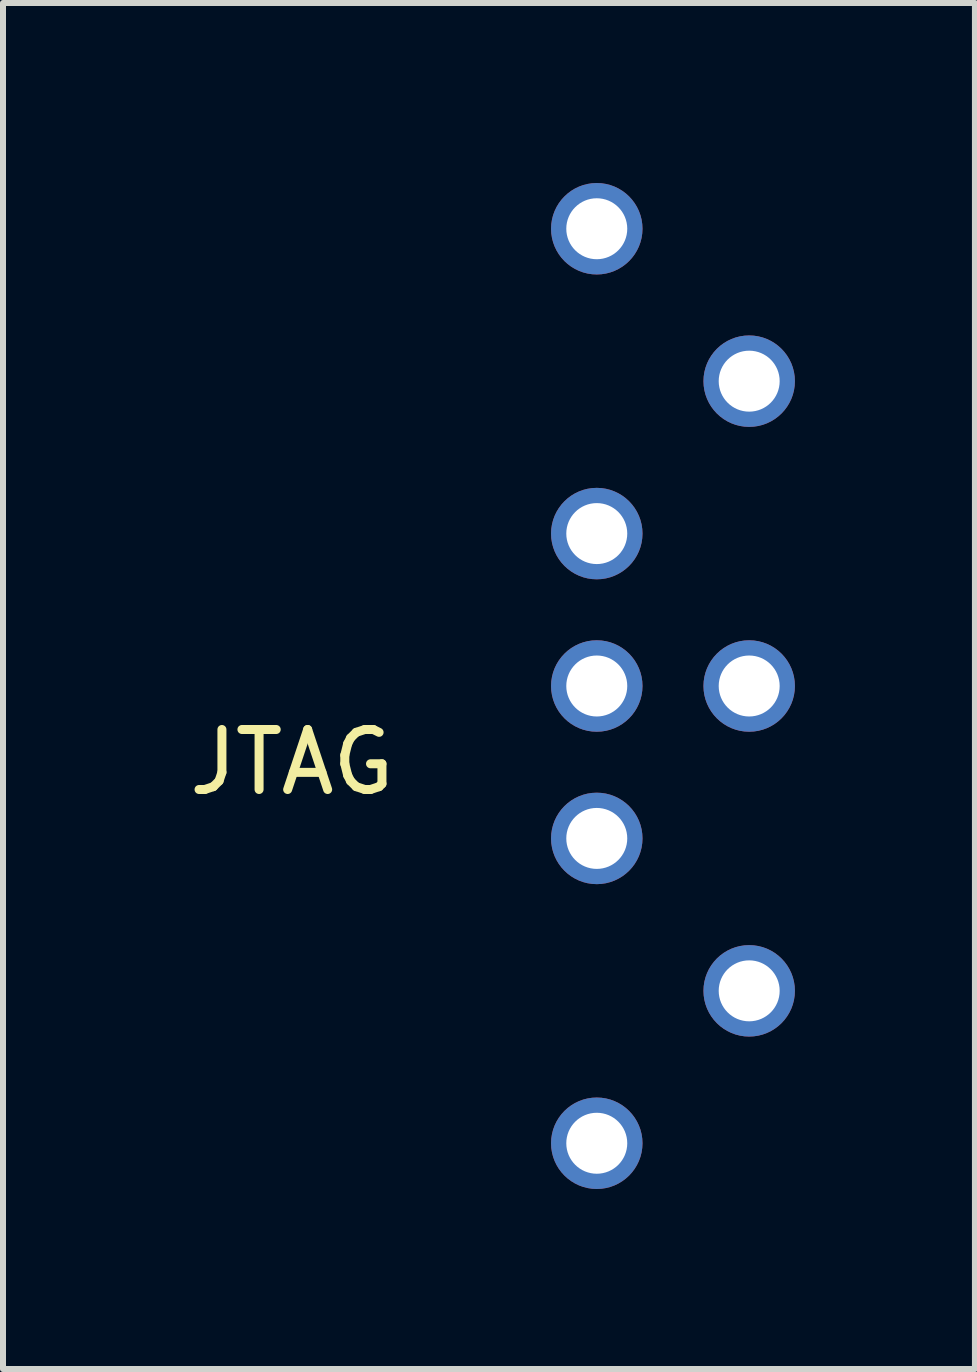
<source format=kicad_pcb>
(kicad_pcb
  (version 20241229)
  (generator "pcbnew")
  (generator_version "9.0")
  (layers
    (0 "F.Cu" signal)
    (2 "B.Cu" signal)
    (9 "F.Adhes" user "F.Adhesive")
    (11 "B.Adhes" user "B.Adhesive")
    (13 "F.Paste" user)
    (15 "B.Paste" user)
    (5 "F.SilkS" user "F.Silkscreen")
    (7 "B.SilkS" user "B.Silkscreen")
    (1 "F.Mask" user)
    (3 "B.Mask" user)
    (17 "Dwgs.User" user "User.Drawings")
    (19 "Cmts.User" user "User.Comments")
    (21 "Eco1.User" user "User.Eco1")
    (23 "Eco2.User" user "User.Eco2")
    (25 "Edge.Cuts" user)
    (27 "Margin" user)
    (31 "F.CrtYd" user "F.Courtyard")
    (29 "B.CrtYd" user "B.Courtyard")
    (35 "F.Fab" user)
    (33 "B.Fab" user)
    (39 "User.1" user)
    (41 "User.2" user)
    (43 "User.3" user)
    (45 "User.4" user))
  (footprint "JTAG"
    (layer "F.Cu")
    (at 6.895 8.382)
    (property "Reference" "JTAG" (at -5.08 1.27 0) (layer "F.SilkS") (effects (font (size 1 1) (thickness 0.15))))
    (attr through_hole)
    (pad "1" thru_hole circle (at 0 -7.62) (size 1.524 1.524) (drill 1.016) (layers "*.Cu" "*.Mask"))
    (pad "4" thru_hole circle (at 2.54 -5.08) (size 1.524 1.524) (drill 1.016) (layers "*.Cu" "*.Mask"))
    (pad "5" thru_hole circle (at 0 -2.54) (size 1.524 1.524) (drill 1.016) (layers "*.Cu" "*.Mask"))
    (pad "7" thru_hole circle (at 0 0) (size 1.524 1.524) (drill 1.016) (layers "*.Cu" "*.Mask"))
    (pad "8" thru_hole circle (at 2.54 0) (size 1.524 1.524) (drill 1.016) (layers "*.Cu" "*.Mask"))
    (pad "9" thru_hole circle (at 0 2.54) (size 1.524 1.524) (drill 1.016) (layers "*.Cu" "*.Mask"))
    (pad "12" thru_hole circle (at 2.54 5.08) (size 1.524 1.524) (drill 1.016) (layers "*.Cu" "*.Mask"))
    (pad "13" thru_hole circle (at 0 7.62) (size 1.524 1.524) (drill 1.016) (layers "*.Cu" "*.Mask")))
  (gr_rect
    (start -3 -3)
    (end 13.197 19.764)
    (stroke (width 0.1) (type default))
    (fill no)
    (layer "Edge.Cuts")))
</source>
